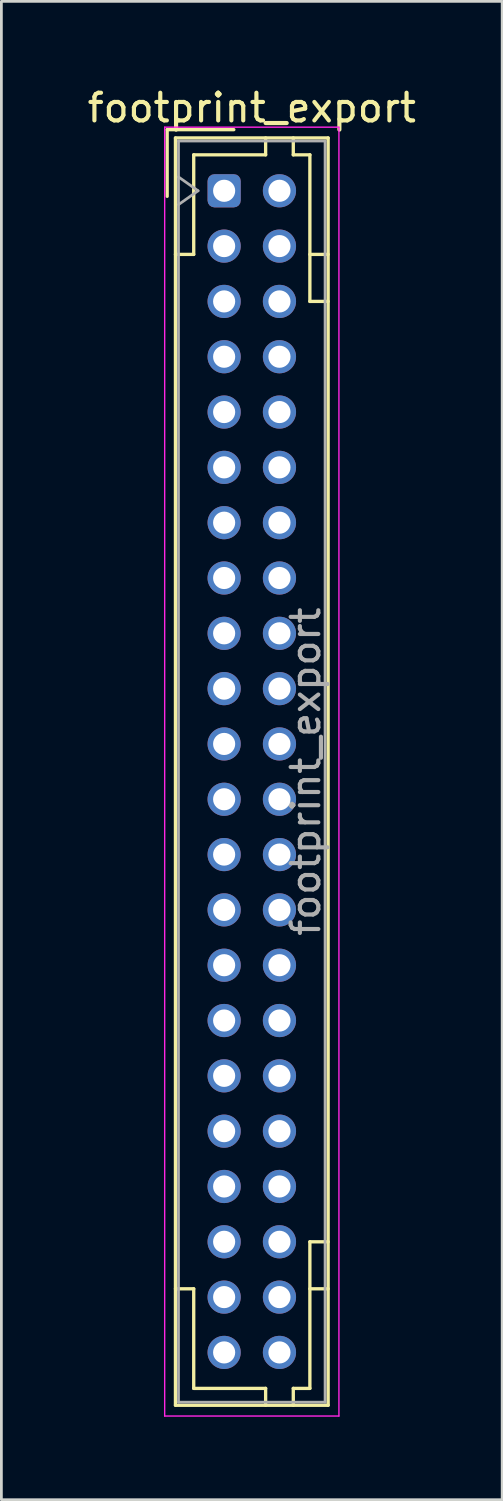
<source format=kicad_pcb>
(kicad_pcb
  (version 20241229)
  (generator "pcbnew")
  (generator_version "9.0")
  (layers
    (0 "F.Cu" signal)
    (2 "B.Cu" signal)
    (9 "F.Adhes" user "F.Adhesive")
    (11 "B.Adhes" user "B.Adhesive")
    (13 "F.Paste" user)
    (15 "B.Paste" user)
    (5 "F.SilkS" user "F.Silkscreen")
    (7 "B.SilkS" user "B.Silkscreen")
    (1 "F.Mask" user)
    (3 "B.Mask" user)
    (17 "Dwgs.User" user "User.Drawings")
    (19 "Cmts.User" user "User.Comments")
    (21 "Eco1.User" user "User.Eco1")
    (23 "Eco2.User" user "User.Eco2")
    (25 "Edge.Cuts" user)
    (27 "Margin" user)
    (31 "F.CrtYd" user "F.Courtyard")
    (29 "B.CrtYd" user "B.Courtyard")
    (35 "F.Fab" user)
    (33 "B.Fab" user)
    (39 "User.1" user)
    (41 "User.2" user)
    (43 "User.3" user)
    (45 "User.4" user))
  (footprint "footprint_export"
    (layer "F.Cu")
    (at 5.054 3.848)
    (property "Reference" "footprint_export" (at 1 -3 0) (layer "F.SilkS") (effects (font (size 1 1) (thickness 0.15))))
    (attr through_hole)
    (fp_line (start -2.06 -2.21) (end -2.06 0.2) (stroke (width 0.12) (type solid)) (layer "F.SilkS"))
    (fp_line (start -1.76 -1.91) (end -1.76 43.91) (stroke (width 0.12) (type solid)) (layer "F.SilkS"))
    (fp_line (start -1.76 43.91) (end 3.76 43.91) (stroke (width 0.12) (type solid)) (layer "F.SilkS"))
    (fp_line (start -1.1 -1.3) (end -1.1 2.3) (stroke (width 0.12) (type solid)) (layer "F.SilkS"))
    (fp_line (start -1.1 2.3) (end -1.76 2.3) (stroke (width 0.12) (type solid)) (layer "F.SilkS"))
    (fp_line (start -1.1 39.7) (end -1.76 39.7) (stroke (width 0.12) (type solid)) (layer "F.SilkS"))
    (fp_line (start -1.1 43.3) (end -1.1 39.7) (stroke (width 0.12) (type solid)) (layer "F.SilkS"))
    (fp_line (start 0.35 -2.21) (end -2.06 -2.21) (stroke (width 0.12) (type solid)) (layer "F.SilkS"))
    (fp_line (start 1.5 -1.91) (end 1.5 -1.3) (stroke (width 0.12) (type solid)) (layer "F.SilkS"))
    (fp_line (start 1.5 -1.3) (end -1.1 -1.3) (stroke (width 0.12) (type solid)) (layer "F.SilkS"))
    (fp_line (start 1.5 43.3) (end -1.1 43.3) (stroke (width 0.12) (type solid)) (layer "F.SilkS"))
    (fp_line (start 1.5 43.91) (end 1.5 43.3) (stroke (width 0.12) (type solid)) (layer "F.SilkS"))
    (fp_line (start 2.5 -1.91) (end 2.5 -1.3) (stroke (width 0.12) (type solid)) (layer "F.SilkS"))
    (fp_line (start 2.5 -1.3) (end 3.1 -1.3) (stroke (width 0.12) (type solid)) (layer "F.SilkS"))
    (fp_line (start 2.5 43.3) (end 3.1 43.3) (stroke (width 0.12) (type solid)) (layer "F.SilkS"))
    (fp_line (start 2.5 43.91) (end 2.5 43.3) (stroke (width 0.12) (type solid)) (layer "F.SilkS"))
    (fp_line (start 3.1 -1.3) (end 3.1 4) (stroke (width 0.12) (type solid)) (layer "F.SilkS"))
    (fp_line (start 3.1 4) (end 3.76 4) (stroke (width 0.12) (type solid)) (layer "F.SilkS"))
    (fp_line (start 3.1 38) (end 3.76 38) (stroke (width 0.12) (type solid)) (layer "F.SilkS"))
    (fp_line (start 3.1 43.3) (end 3.1 38) (stroke (width 0.12) (type solid)) (layer "F.SilkS"))
    (fp_line (start 3.76 -1.91) (end -1.76 -1.91) (stroke (width 0.12) (type solid)) (layer "F.SilkS"))
    (fp_line (start 3.76 2.3) (end 3.1 2.3) (stroke (width 0.12) (type solid)) (layer "F.SilkS"))
    (fp_line (start 3.76 39.7) (end 3.1 39.7) (stroke (width 0.12) (type solid)) (layer "F.SilkS"))
    (fp_line (start 3.76 43.91) (end 3.76 -1.91) (stroke (width 0.12) (type solid)) (layer "F.SilkS"))
    (fp_line (start -2.15 -2.3) (end -2.15 44.3) (stroke (width 0.05) (type solid)) (layer "F.CrtYd"))
    (fp_line (start -2.15 44.3) (end 4.15 44.3) (stroke (width 0.05) (type solid)) (layer "F.CrtYd"))
    (fp_line (start 4.15 -2.3) (end -2.15 -2.3) (stroke (width 0.05) (type solid)) (layer "F.CrtYd"))
    (fp_line (start 4.15 44.3) (end 4.15 -2.3) (stroke (width 0.05) (type solid)) (layer "F.CrtYd"))
    (fp_line (start -1.65 -1.8) (end -1.65 43.8) (stroke (width 0.1) (type solid)) (layer "F.Fab"))
    (fp_line (start -1.65 0.5) (end -0.943 0) (stroke (width 0.1) (type solid)) (layer "F.Fab"))
    (fp_line (start -1.65 43.8) (end 3.65 43.8) (stroke (width 0.1) (type solid)) (layer "F.Fab"))
    (fp_line (start -0.943 0) (end -1.65 -0.5) (stroke (width 0.1) (type solid)) (layer "F.Fab"))
    (fp_line (start 3.65 -1.8) (end -1.65 -1.8) (stroke (width 0.1) (type solid)) (layer "F.Fab"))
    (fp_line (start 3.65 43.8) (end 3.65 -1.8) (stroke (width 0.1) (type solid)) (layer "F.Fab"))
    (fp_text user "${REFERENCE}" (at 2.95 21 90) (layer "F.Fab") (effects (font (size 1 1) (thickness 0.15))))
    (pad "a1" thru_hole roundrect (at 0 0) (size 1.2 1.2) (drill 0.8) (layers "*.Cu" "*.Mask") (roundrect_rratio 0.208))
    (pad "a2" thru_hole circle (at 0 2) (size 1.2 1.2) (drill 0.8) (layers "*.Cu" "*.Mask"))
    (pad "a3" thru_hole circle (at 0 4) (size 1.2 1.2) (drill 0.8) (layers "*.Cu" "*.Mask"))
    (pad "a4" thru_hole circle (at 0 6) (size 1.2 1.2) (drill 0.8) (layers "*.Cu" "*.Mask"))
    (pad "a5" thru_hole circle (at 0 8) (size 1.2 1.2) (drill 0.8) (layers "*.Cu" "*.Mask"))
    (pad "a6" thru_hole circle (at 0 10) (size 1.2 1.2) (drill 0.8) (layers "*.Cu" "*.Mask"))
    (pad "a7" thru_hole circle (at 0 12) (size 1.2 1.2) (drill 0.8) (layers "*.Cu" "*.Mask"))
    (pad "a8" thru_hole circle (at 0 14) (size 1.2 1.2) (drill 0.8) (layers "*.Cu" "*.Mask"))
    (pad "a9" thru_hole circle (at 0 16) (size 1.2 1.2) (drill 0.8) (layers "*.Cu" "*.Mask"))
    (pad "a10" thru_hole circle (at 0 18) (size 1.2 1.2) (drill 0.8) (layers "*.Cu" "*.Mask"))
    (pad "a11" thru_hole circle (at 0 20) (size 1.2 1.2) (drill 0.8) (layers "*.Cu" "*.Mask"))
    (pad "a12" thru_hole circle (at 0 22) (size 1.2 1.2) (drill 0.8) (layers "*.Cu" "*.Mask"))
    (pad "a13" thru_hole circle (at 0 24) (size 1.2 1.2) (drill 0.8) (layers "*.Cu" "*.Mask"))
    (pad "a14" thru_hole circle (at 0 26) (size 1.2 1.2) (drill 0.8) (layers "*.Cu" "*.Mask"))
    (pad "a15" thru_hole circle (at 0 28) (size 1.2 1.2) (drill 0.8) (layers "*.Cu" "*.Mask"))
    (pad "a16" thru_hole circle (at 0 30) (size 1.2 1.2) (drill 0.8) (layers "*.Cu" "*.Mask"))
    (pad "a17" thru_hole circle (at 0 32) (size 1.2 1.2) (drill 0.8) (layers "*.Cu" "*.Mask"))
    (pad "a18" thru_hole circle (at 0 34) (size 1.2 1.2) (drill 0.8) (layers "*.Cu" "*.Mask"))
    (pad "a19" thru_hole circle (at 0 36) (size 1.2 1.2) (drill 0.8) (layers "*.Cu" "*.Mask"))
    (pad "a20" thru_hole circle (at 0 38) (size 1.2 1.2) (drill 0.8) (layers "*.Cu" "*.Mask"))
    (pad "a21" thru_hole circle (at 0 40) (size 1.2 1.2) (drill 0.8) (layers "*.Cu" "*.Mask"))
    (pad "a22" thru_hole circle (at 0 42) (size 1.2 1.2) (drill 0.8) (layers "*.Cu" "*.Mask"))
    (pad "b1" thru_hole circle (at 2 0) (size 1.2 1.2) (drill 0.8) (layers "*.Cu" "*.Mask"))
    (pad "b2" thru_hole circle (at 2 2) (size 1.2 1.2) (drill 0.8) (layers "*.Cu" "*.Mask"))
    (pad "b3" thru_hole circle (at 2 4) (size 1.2 1.2) (drill 0.8) (layers "*.Cu" "*.Mask"))
    (pad "b4" thru_hole circle (at 2 6) (size 1.2 1.2) (drill 0.8) (layers "*.Cu" "*.Mask"))
    (pad "b5" thru_hole circle (at 2 8) (size 1.2 1.2) (drill 0.8) (layers "*.Cu" "*.Mask"))
    (pad "b6" thru_hole circle (at 2 10) (size 1.2 1.2) (drill 0.8) (layers "*.Cu" "*.Mask"))
    (pad "b7" thru_hole circle (at 2 12) (size 1.2 1.2) (drill 0.8) (layers "*.Cu" "*.Mask"))
    (pad "b8" thru_hole circle (at 2 14) (size 1.2 1.2) (drill 0.8) (layers "*.Cu" "*.Mask"))
    (pad "b9" thru_hole circle (at 2 16) (size 1.2 1.2) (drill 0.8) (layers "*.Cu" "*.Mask"))
    (pad "b10" thru_hole circle (at 2 18) (size 1.2 1.2) (drill 0.8) (layers "*.Cu" "*.Mask"))
    (pad "b11" thru_hole circle (at 2 20) (size 1.2 1.2) (drill 0.8) (layers "*.Cu" "*.Mask"))
    (pad "b12" thru_hole circle (at 2 22) (size 1.2 1.2) (drill 0.8) (layers "*.Cu" "*.Mask"))
    (pad "b13" thru_hole circle (at 2 24) (size 1.2 1.2) (drill 0.8) (layers "*.Cu" "*.Mask"))
    (pad "b14" thru_hole circle (at 2 26) (size 1.2 1.2) (drill 0.8) (layers "*.Cu" "*.Mask"))
    (pad "b15" thru_hole circle (at 2 28) (size 1.2 1.2) (drill 0.8) (layers "*.Cu" "*.Mask"))
    (pad "b16" thru_hole circle (at 2 30) (size 1.2 1.2) (drill 0.8) (layers "*.Cu" "*.Mask"))
    (pad "b17" thru_hole circle (at 2 32) (size 1.2 1.2) (drill 0.8) (layers "*.Cu" "*.Mask"))
    (pad "b18" thru_hole circle (at 2 34) (size 1.2 1.2) (drill 0.8) (layers "*.Cu" "*.Mask"))
    (pad "b19" thru_hole circle (at 2 36) (size 1.2 1.2) (drill 0.8) (layers "*.Cu" "*.Mask"))
    (pad "b20" thru_hole circle (at 2 38) (size 1.2 1.2) (drill 0.8) (layers "*.Cu" "*.Mask"))
    (pad "b21" thru_hole circle (at 2 40) (size 1.2 1.2) (drill 0.8) (layers "*.Cu" "*.Mask"))
    (pad "b22" thru_hole circle (at 2 42) (size 1.2 1.2) (drill 0.8) (layers "*.Cu" "*.Mask")))
  (gr_rect
    (start -3 -3)
    (end 15.107 51.173)
    (stroke (width 0.1) (type default))
    (fill no)
    (layer "Edge.Cuts")))
</source>
